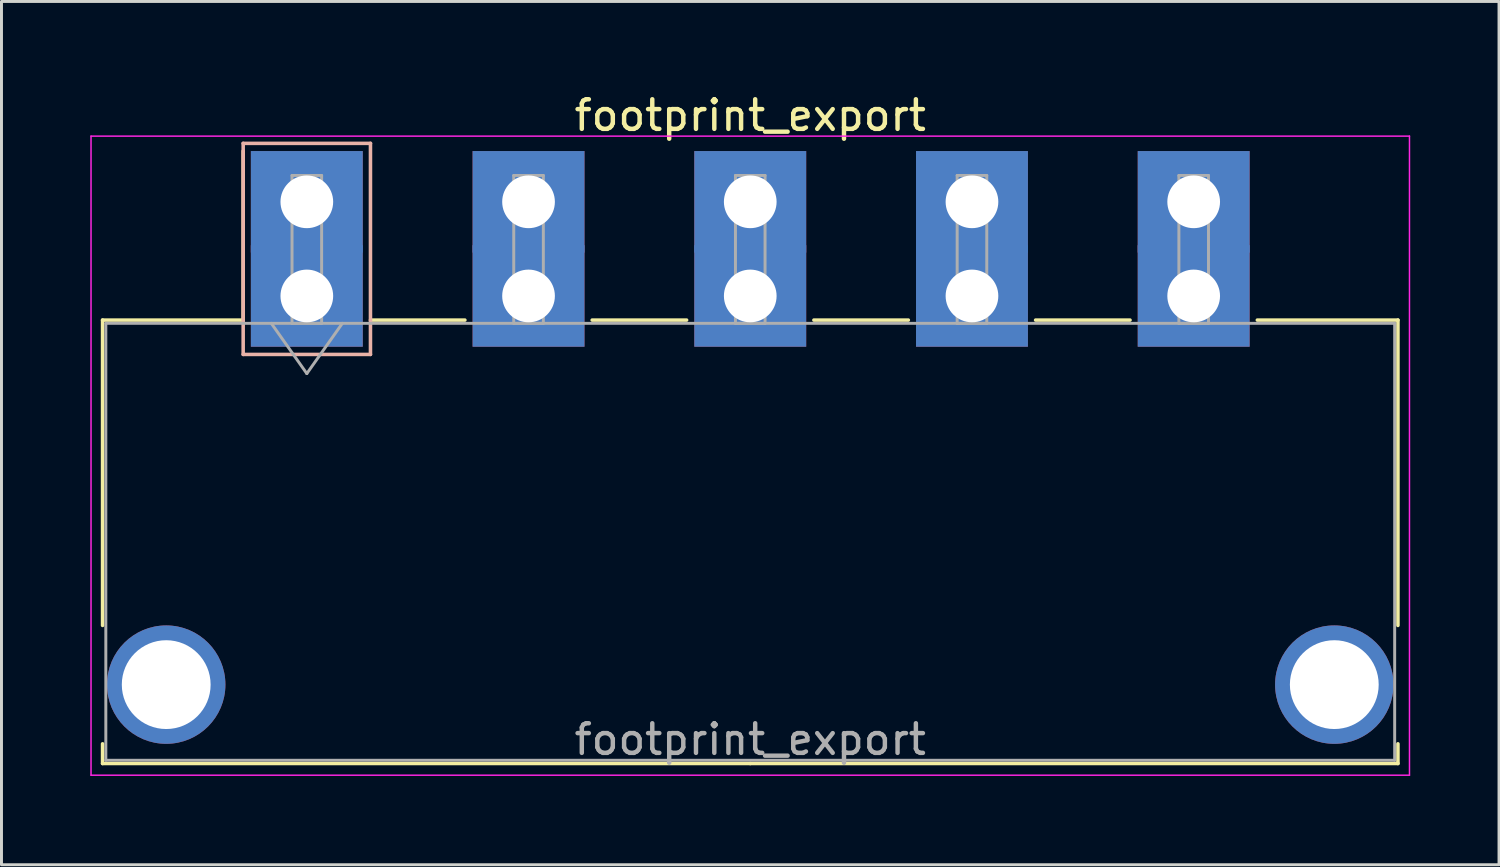
<source format=kicad_pcb>
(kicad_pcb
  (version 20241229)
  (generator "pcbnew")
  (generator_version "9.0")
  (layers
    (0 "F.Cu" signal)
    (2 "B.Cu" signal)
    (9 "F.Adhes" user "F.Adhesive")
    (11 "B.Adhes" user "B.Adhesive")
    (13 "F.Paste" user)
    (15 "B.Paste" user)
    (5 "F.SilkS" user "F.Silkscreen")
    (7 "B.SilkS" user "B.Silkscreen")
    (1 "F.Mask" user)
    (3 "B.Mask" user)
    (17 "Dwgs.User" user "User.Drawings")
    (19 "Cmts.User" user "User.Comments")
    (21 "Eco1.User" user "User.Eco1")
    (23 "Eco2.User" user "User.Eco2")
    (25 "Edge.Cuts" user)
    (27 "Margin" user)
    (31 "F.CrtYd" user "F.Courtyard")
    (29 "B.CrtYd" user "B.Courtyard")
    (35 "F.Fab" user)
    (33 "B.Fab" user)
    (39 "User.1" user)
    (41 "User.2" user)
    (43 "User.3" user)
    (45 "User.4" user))
  (footprint "footprint_export"
    (layer "F.Cu")
    (at 7.315 6.948)
    (property "Reference" "footprint_export" (at 14.98 -6.1 0) (layer "F.SilkS") (effects (font (size 1 1) (thickness 0.15))))
    (attr through_hole)
    (fp_line (start -6.9 0.815) (end -6.9 11.13) (stroke (width 0.12) (type solid)) (layer "F.SilkS"))
    (fp_line (start -6.9 15.13) (end -6.9 15.795) (stroke (width 0.12) (type solid)) (layer "F.SilkS"))
    (fp_line (start -6.9 15.795) (end 14.98 15.795) (stroke (width 0.12) (type solid)) (layer "F.SilkS"))
    (fp_line (start -2.15 0.815) (end -6.9 0.815) (stroke (width 0.12) (type solid)) (layer "F.SilkS"))
    (fp_line (start -2.15 0.815) (end -2.15 -4.895) (stroke (width 0.12) (type solid)) (layer "F.SilkS"))
    (fp_line (start 2.15 0.815) (end 5.34 0.815) (stroke (width 0.12) (type solid)) (layer "F.SilkS"))
    (fp_line (start 9.64 0.815) (end 12.83 0.815) (stroke (width 0.12) (type solid)) (layer "F.SilkS"))
    (fp_line (start 17.13 0.815) (end 20.32 0.815) (stroke (width 0.12) (type solid)) (layer "F.SilkS"))
    (fp_line (start 24.62 0.815) (end 27.81 0.815) (stroke (width 0.12) (type solid)) (layer "F.SilkS"))
    (fp_line (start 32.11 0.815) (end 36.86 0.815) (stroke (width 0.12) (type solid)) (layer "F.SilkS"))
    (fp_line (start 36.86 0.815) (end 36.86 11.13) (stroke (width 0.12) (type solid)) (layer "F.SilkS"))
    (fp_line (start 36.86 15.13) (end 36.86 15.795) (stroke (width 0.12) (type solid)) (layer "F.SilkS"))
    (fp_line (start 36.86 15.795) (end 14.98 15.795) (stroke (width 0.12) (type solid)) (layer "F.SilkS"))
    (fp_line (start -2.15 -5.155) (end -2.15 1.975) (stroke (width 0.12) (type solid)) (layer "B.SilkS"))
    (fp_line (start -2.15 1.975) (end 2.15 1.975) (stroke (width 0.12) (type solid)) (layer "B.SilkS"))
    (fp_line (start 2.15 -5.155) (end -2.15 -5.155) (stroke (width 0.12) (type solid)) (layer "B.SilkS"))
    (fp_line (start 2.15 1.975) (end 2.15 -5.155) (stroke (width 0.12) (type solid)) (layer "B.SilkS"))
    (fp_line (start -7.29 -5.4) (end -7.29 16.19) (stroke (width 0.05) (type solid)) (layer "F.CrtYd"))
    (fp_line (start -7.29 16.19) (end 37.25 16.19) (stroke (width 0.05) (type solid)) (layer "F.CrtYd"))
    (fp_line (start 37.25 -5.4) (end -7.29 -5.4) (stroke (width 0.05) (type solid)) (layer "F.CrtYd"))
    (fp_line (start 37.25 16.19) (end 37.25 -5.4) (stroke (width 0.05) (type solid)) (layer "F.CrtYd"))
    (fp_line (start -6.79 0.925) (end -6.79 15.685) (stroke (width 0.1) (type solid)) (layer "F.Fab"))
    (fp_line (start -6.79 15.685) (end 36.75 15.685) (stroke (width 0.1) (type solid)) (layer "F.Fab"))
    (fp_line (start -1.2 0.925) (end 0 2.622) (stroke (width 0.1) (type solid)) (layer "F.Fab"))
    (fp_line (start -0.5 -4.07) (end 0.5 -4.07) (stroke (width 0.1) (type solid)) (layer "F.Fab"))
    (fp_line (start -0.5 0.925) (end -0.5 -4.07) (stroke (width 0.1) (type solid)) (layer "F.Fab"))
    (fp_line (start 0 2.622) (end 1.2 0.925) (stroke (width 0.1) (type solid)) (layer "F.Fab"))
    (fp_line (start 0.5 -4.07) (end 0.5 0.925) (stroke (width 0.1) (type solid)) (layer "F.Fab"))
    (fp_line (start 0.5 0.925) (end -0.5 0.925) (stroke (width 0.1) (type solid)) (layer "F.Fab"))
    (fp_line (start 6.99 -4.07) (end 7.99 -4.07) (stroke (width 0.1) (type solid)) (layer "F.Fab"))
    (fp_line (start 6.99 0.925) (end 6.99 -4.07) (stroke (width 0.1) (type solid)) (layer "F.Fab"))
    (fp_line (start 7.99 -4.07) (end 7.99 0.925) (stroke (width 0.1) (type solid)) (layer "F.Fab"))
    (fp_line (start 7.99 0.925) (end 6.99 0.925) (stroke (width 0.1) (type solid)) (layer "F.Fab"))
    (fp_line (start 14.48 -4.07) (end 15.48 -4.07) (stroke (width 0.1) (type solid)) (layer "F.Fab"))
    (fp_line (start 14.48 0.925) (end 14.48 -4.07) (stroke (width 0.1) (type solid)) (layer "F.Fab"))
    (fp_line (start 15.48 -4.07) (end 15.48 0.925) (stroke (width 0.1) (type solid)) (layer "F.Fab"))
    (fp_line (start 15.48 0.925) (end 14.48 0.925) (stroke (width 0.1) (type solid)) (layer "F.Fab"))
    (fp_line (start 21.97 -4.07) (end 22.97 -4.07) (stroke (width 0.1) (type solid)) (layer "F.Fab"))
    (fp_line (start 21.97 0.925) (end 21.97 -4.07) (stroke (width 0.1) (type solid)) (layer "F.Fab"))
    (fp_line (start 22.97 -4.07) (end 22.97 0.925) (stroke (width 0.1) (type solid)) (layer "F.Fab"))
    (fp_line (start 22.97 0.925) (end 21.97 0.925) (stroke (width 0.1) (type solid)) (layer "F.Fab"))
    (fp_line (start 29.46 -4.07) (end 30.46 -4.07) (stroke (width 0.1) (type solid)) (layer "F.Fab"))
    (fp_line (start 29.46 0.925) (end 29.46 -4.07) (stroke (width 0.1) (type solid)) (layer "F.Fab"))
    (fp_line (start 30.46 -4.07) (end 30.46 0.925) (stroke (width 0.1) (type solid)) (layer "F.Fab"))
    (fp_line (start 30.46 0.925) (end 29.46 0.925) (stroke (width 0.1) (type solid)) (layer "F.Fab"))
    (fp_line (start 36.75 0.925) (end -6.79 0.925) (stroke (width 0.1) (type solid)) (layer "F.Fab"))
    (fp_line (start 36.75 15.685) (end 36.75 0.925) (stroke (width 0.1) (type solid)) (layer "F.Fab"))
    (fp_text user "${REFERENCE}" (at 14.98 14.98 0) (layer "F.Fab") (effects (font (size 1 1) (thickness 0.15))))
    (pad "" thru_hole circle (at -4.75 13.13) (size 4 4) (drill 3) (layers "*.Cu" "*.Mask"))
    (pad "" thru_hole circle (at 34.71 13.13) (size 4 4) (drill 3) (layers "*.Cu" "*.Mask"))
    (pad "1" thru_hole rect (at 0 -3.18) (size 3.78 3.43) (drill 1.78) (layers "*.Cu" "*.Mask"))
    (pad "1" thru_hole rect (at 0 0) (size 3.78 3.43) (drill 1.78) (layers "*.Cu" "*.Mask"))
    (pad "2" thru_hole rect (at 7.49 -3.18) (size 3.78 3.43) (drill 1.78) (layers "*.Cu" "*.Mask"))
    (pad "2" thru_hole rect (at 7.49 0) (size 3.78 3.43) (drill 1.78) (layers "*.Cu" "*.Mask"))
    (pad "3" thru_hole rect (at 14.98 -3.18) (size 3.78 3.43) (drill 1.78) (layers "*.Cu" "*.Mask"))
    (pad "3" thru_hole rect (at 14.98 0) (size 3.78 3.43) (drill 1.78) (layers "*.Cu" "*.Mask"))
    (pad "4" thru_hole rect (at 22.47 -3.18) (size 3.78 3.43) (drill 1.78) (layers "*.Cu" "*.Mask"))
    (pad "4" thru_hole rect (at 22.47 0) (size 3.78 3.43) (drill 1.78) (layers "*.Cu" "*.Mask"))
    (pad "5" thru_hole rect (at 29.96 -3.18) (size 3.78 3.43) (drill 1.78) (layers "*.Cu" "*.Mask"))
    (pad "5" thru_hole rect (at 29.96 0) (size 3.78 3.43) (drill 1.78) (layers "*.Cu" "*.Mask")))
  (gr_rect
    (start -3 -3)
    (end 47.59 26.163)
    (stroke (width 0.1) (type default))
    (fill no)
    (layer "Edge.Cuts")))
</source>
